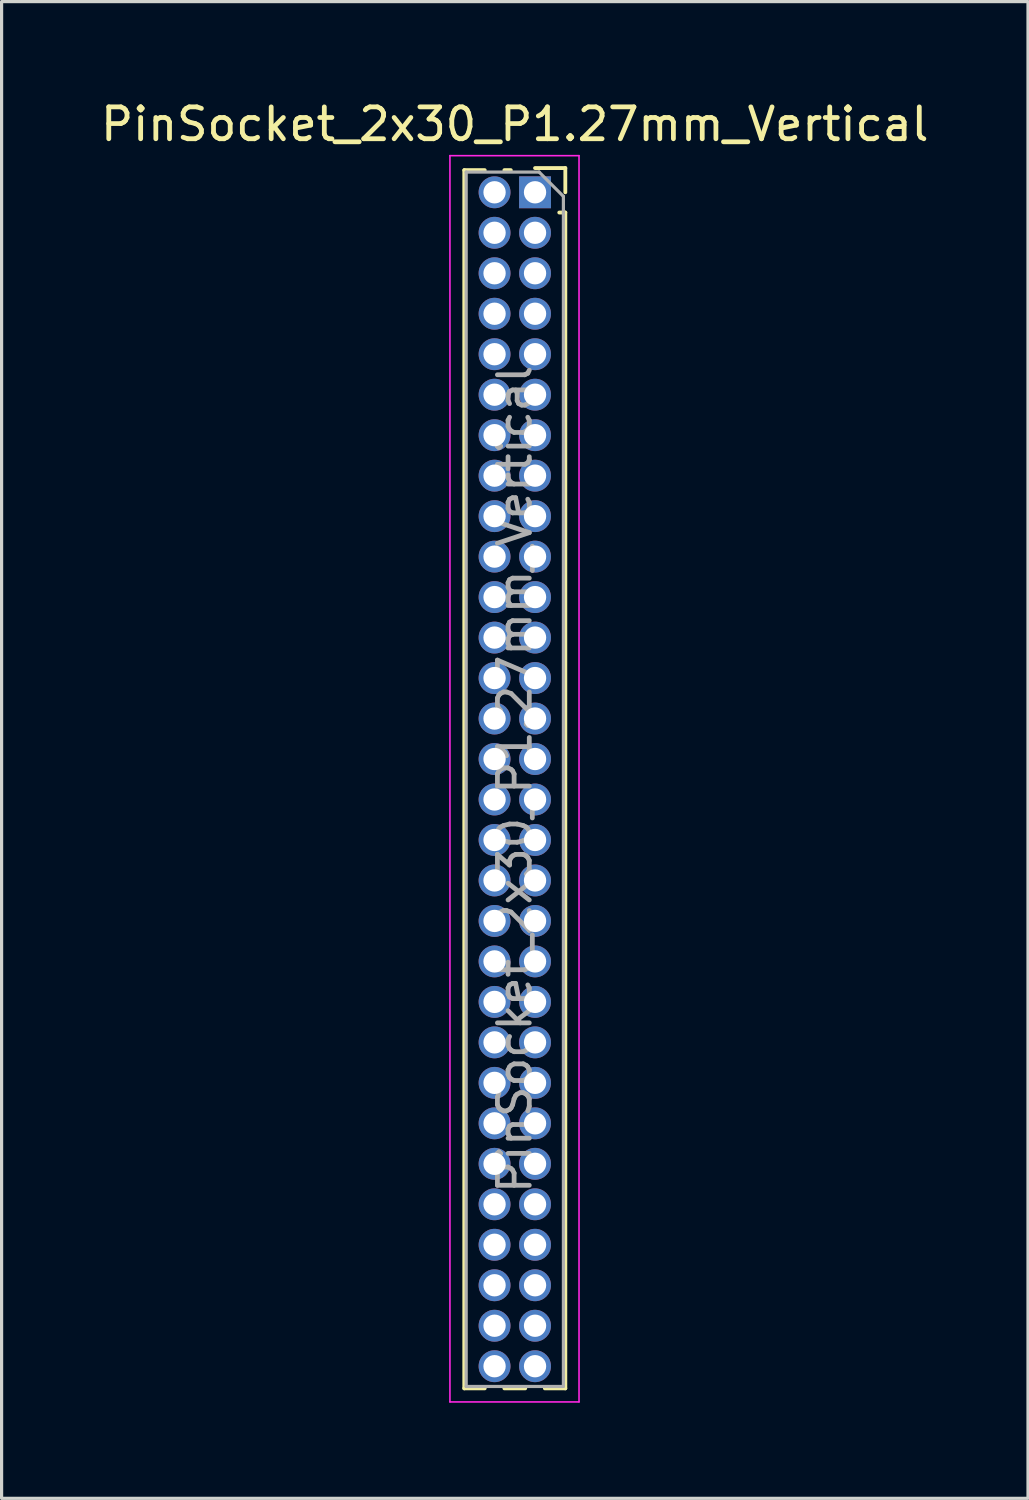
<source format=kicad_pcb>
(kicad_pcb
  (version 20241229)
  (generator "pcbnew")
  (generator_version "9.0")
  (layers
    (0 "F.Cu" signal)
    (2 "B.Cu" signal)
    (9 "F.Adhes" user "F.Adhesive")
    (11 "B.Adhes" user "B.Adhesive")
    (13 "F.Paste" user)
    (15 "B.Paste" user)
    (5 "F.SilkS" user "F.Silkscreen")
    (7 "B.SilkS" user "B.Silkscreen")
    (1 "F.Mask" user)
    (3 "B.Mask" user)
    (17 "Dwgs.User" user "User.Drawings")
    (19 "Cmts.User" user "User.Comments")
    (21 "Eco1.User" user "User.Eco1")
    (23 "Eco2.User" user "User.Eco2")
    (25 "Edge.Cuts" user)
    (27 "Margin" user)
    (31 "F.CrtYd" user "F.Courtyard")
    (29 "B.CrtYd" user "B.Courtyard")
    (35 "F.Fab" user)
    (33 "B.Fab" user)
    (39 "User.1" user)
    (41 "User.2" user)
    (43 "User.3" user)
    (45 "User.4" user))
  (footprint "PinSocket_2x30_P1.27mm_Vertical"
    (layer "F.Cu")
    (at 13.736 2.983)
    (property "Reference" "PinSocket_2x30_P1.27mm_Vertical" (at -0.635 -2.135 0) (layer "F.SilkS") (effects (font (size 1 1) (thickness 0.15))))
    (attr through_hole)
    (fp_line (start -2.22 -0.695) (end -2.22 37.525) (stroke (width 0.12) (type solid)) (layer "F.SilkS"))
    (fp_line (start -2.22 -0.695) (end -1.578 -0.695) (stroke (width 0.12) (type solid)) (layer "F.SilkS"))
    (fp_line (start -2.22 37.525) (end -1.578 37.525) (stroke (width 0.12) (type solid)) (layer "F.SilkS"))
    (fp_line (start -0.962 -0.695) (end -0.76 -0.695) (stroke (width 0.12) (type solid)) (layer "F.SilkS"))
    (fp_line (start -0.962 37.525) (end -0.308 37.525) (stroke (width 0.12) (type solid)) (layer "F.SilkS"))
    (fp_line (start 0 -0.76) (end 0.95 -0.76) (stroke (width 0.12) (type solid)) (layer "F.SilkS"))
    (fp_line (start 0.308 37.525) (end 0.95 37.525) (stroke (width 0.12) (type solid)) (layer "F.SilkS"))
    (fp_line (start 0.76 0.635) (end 0.95 0.635) (stroke (width 0.12) (type solid)) (layer "F.SilkS"))
    (fp_line (start 0.95 -0.76) (end 0.95 0) (stroke (width 0.12) (type solid)) (layer "F.SilkS"))
    (fp_line (start 0.95 0.635) (end 0.95 37.525) (stroke (width 0.12) (type solid)) (layer "F.SilkS"))
    (fp_line (start -2.67 -1.15) (end 1.38 -1.15) (stroke (width 0.05) (type solid)) (layer "F.CrtYd"))
    (fp_line (start -2.67 37.95) (end -2.67 -1.15) (stroke (width 0.05) (type solid)) (layer "F.CrtYd"))
    (fp_line (start 1.38 -1.15) (end 1.38 37.95) (stroke (width 0.05) (type solid)) (layer "F.CrtYd"))
    (fp_line (start 1.38 37.95) (end -2.67 37.95) (stroke (width 0.05) (type solid)) (layer "F.CrtYd"))
    (fp_line (start -2.16 -0.635) (end 0.128 -0.635) (stroke (width 0.1) (type solid)) (layer "F.Fab"))
    (fp_line (start -2.16 37.465) (end -2.16 -0.635) (stroke (width 0.1) (type solid)) (layer "F.Fab"))
    (fp_line (start 0.128 -0.635) (end 0.89 0.128) (stroke (width 0.1) (type solid)) (layer "F.Fab"))
    (fp_line (start 0.89 0.128) (end 0.89 37.465) (stroke (width 0.1) (type solid)) (layer "F.Fab"))
    (fp_line (start 0.89 37.465) (end -2.16 37.465) (stroke (width 0.1) (type solid)) (layer "F.Fab"))
    (fp_text user "${REFERENCE}" (at -0.635 18.415 90) (layer "F.Fab") (effects (font (size 1 1) (thickness 0.15))))
    (pad "1" thru_hole rect (at 0 0) (size 1 1) (drill 0.7) (layers "*.Cu" "*.Mask"))
    (pad "2" thru_hole circle (at -1.27 0) (size 1 1) (drill 0.7) (layers "*.Cu" "*.Mask"))
    (pad "3" thru_hole circle (at 0 1.27) (size 1 1) (drill 0.7) (layers "*.Cu" "*.Mask"))
    (pad "4" thru_hole circle (at -1.27 1.27) (size 1 1) (drill 0.7) (layers "*.Cu" "*.Mask"))
    (pad "5" thru_hole circle (at 0 2.54) (size 1 1) (drill 0.7) (layers "*.Cu" "*.Mask"))
    (pad "6" thru_hole circle (at -1.27 2.54) (size 1 1) (drill 0.7) (layers "*.Cu" "*.Mask"))
    (pad "7" thru_hole circle (at 0 3.81) (size 1 1) (drill 0.7) (layers "*.Cu" "*.Mask"))
    (pad "8" thru_hole circle (at -1.27 3.81) (size 1 1) (drill 0.7) (layers "*.Cu" "*.Mask"))
    (pad "9" thru_hole circle (at 0 5.08) (size 1 1) (drill 0.7) (layers "*.Cu" "*.Mask"))
    (pad "10" thru_hole circle (at -1.27 5.08) (size 1 1) (drill 0.7) (layers "*.Cu" "*.Mask"))
    (pad "11" thru_hole circle (at 0 6.35) (size 1 1) (drill 0.7) (layers "*.Cu" "*.Mask"))
    (pad "12" thru_hole circle (at -1.27 6.35) (size 1 1) (drill 0.7) (layers "*.Cu" "*.Mask"))
    (pad "13" thru_hole circle (at 0 7.62) (size 1 1) (drill 0.7) (layers "*.Cu" "*.Mask"))
    (pad "14" thru_hole circle (at -1.27 7.62) (size 1 1) (drill 0.7) (layers "*.Cu" "*.Mask"))
    (pad "15" thru_hole circle (at 0 8.89) (size 1 1) (drill 0.7) (layers "*.Cu" "*.Mask"))
    (pad "16" thru_hole circle (at -1.27 8.89) (size 1 1) (drill 0.7) (layers "*.Cu" "*.Mask"))
    (pad "17" thru_hole circle (at 0 10.16) (size 1 1) (drill 0.7) (layers "*.Cu" "*.Mask"))
    (pad "18" thru_hole circle (at -1.27 10.16) (size 1 1) (drill 0.7) (layers "*.Cu" "*.Mask"))
    (pad "19" thru_hole circle (at 0 11.43) (size 1 1) (drill 0.7) (layers "*.Cu" "*.Mask"))
    (pad "20" thru_hole circle (at -1.27 11.43) (size 1 1) (drill 0.7) (layers "*.Cu" "*.Mask"))
    (pad "21" thru_hole circle (at 0 12.7) (size 1 1) (drill 0.7) (layers "*.Cu" "*.Mask"))
    (pad "22" thru_hole circle (at -1.27 12.7) (size 1 1) (drill 0.7) (layers "*.Cu" "*.Mask"))
    (pad "23" thru_hole circle (at 0 13.97) (size 1 1) (drill 0.7) (layers "*.Cu" "*.Mask"))
    (pad "24" thru_hole circle (at -1.27 13.97) (size 1 1) (drill 0.7) (layers "*.Cu" "*.Mask"))
    (pad "25" thru_hole circle (at 0 15.24) (size 1 1) (drill 0.7) (layers "*.Cu" "*.Mask"))
    (pad "26" thru_hole circle (at -1.27 15.24) (size 1 1) (drill 0.7) (layers "*.Cu" "*.Mask"))
    (pad "27" thru_hole circle (at 0 16.51) (size 1 1) (drill 0.7) (layers "*.Cu" "*.Mask"))
    (pad "28" thru_hole circle (at -1.27 16.51) (size 1 1) (drill 0.7) (layers "*.Cu" "*.Mask"))
    (pad "29" thru_hole circle (at 0 17.78) (size 1 1) (drill 0.7) (layers "*.Cu" "*.Mask"))
    (pad "30" thru_hole circle (at -1.27 17.78) (size 1 1) (drill 0.7) (layers "*.Cu" "*.Mask"))
    (pad "31" thru_hole circle (at 0 19.05) (size 1 1) (drill 0.7) (layers "*.Cu" "*.Mask"))
    (pad "32" thru_hole circle (at -1.27 19.05) (size 1 1) (drill 0.7) (layers "*.Cu" "*.Mask"))
    (pad "33" thru_hole circle (at 0 20.32) (size 1 1) (drill 0.7) (layers "*.Cu" "*.Mask"))
    (pad "34" thru_hole circle (at -1.27 20.32) (size 1 1) (drill 0.7) (layers "*.Cu" "*.Mask"))
    (pad "35" thru_hole circle (at 0 21.59) (size 1 1) (drill 0.7) (layers "*.Cu" "*.Mask"))
    (pad "36" thru_hole circle (at -1.27 21.59) (size 1 1) (drill 0.7) (layers "*.Cu" "*.Mask"))
    (pad "37" thru_hole circle (at 0 22.86) (size 1 1) (drill 0.7) (layers "*.Cu" "*.Mask"))
    (pad "38" thru_hole circle (at -1.27 22.86) (size 1 1) (drill 0.7) (layers "*.Cu" "*.Mask"))
    (pad "39" thru_hole circle (at 0 24.13) (size 1 1) (drill 0.7) (layers "*.Cu" "*.Mask"))
    (pad "40" thru_hole circle (at -1.27 24.13) (size 1 1) (drill 0.7) (layers "*.Cu" "*.Mask"))
    (pad "41" thru_hole circle (at 0 25.4) (size 1 1) (drill 0.7) (layers "*.Cu" "*.Mask"))
    (pad "42" thru_hole circle (at -1.27 25.4) (size 1 1) (drill 0.7) (layers "*.Cu" "*.Mask"))
    (pad "43" thru_hole circle (at 0 26.67) (size 1 1) (drill 0.7) (layers "*.Cu" "*.Mask"))
    (pad "44" thru_hole circle (at -1.27 26.67) (size 1 1) (drill 0.7) (layers "*.Cu" "*.Mask"))
    (pad "45" thru_hole circle (at 0 27.94) (size 1 1) (drill 0.7) (layers "*.Cu" "*.Mask"))
    (pad "46" thru_hole circle (at -1.27 27.94) (size 1 1) (drill 0.7) (layers "*.Cu" "*.Mask"))
    (pad "47" thru_hole circle (at 0 29.21) (size 1 1) (drill 0.7) (layers "*.Cu" "*.Mask"))
    (pad "48" thru_hole circle (at -1.27 29.21) (size 1 1) (drill 0.7) (layers "*.Cu" "*.Mask"))
    (pad "49" thru_hole circle (at 0 30.48) (size 1 1) (drill 0.7) (layers "*.Cu" "*.Mask"))
    (pad "50" thru_hole circle (at -1.27 30.48) (size 1 1) (drill 0.7) (layers "*.Cu" "*.Mask"))
    (pad "51" thru_hole circle (at 0 31.75) (size 1 1) (drill 0.7) (layers "*.Cu" "*.Mask"))
    (pad "52" thru_hole circle (at -1.27 31.75) (size 1 1) (drill 0.7) (layers "*.Cu" "*.Mask"))
    (pad "53" thru_hole circle (at 0 33.02) (size 1 1) (drill 0.7) (layers "*.Cu" "*.Mask"))
    (pad "54" thru_hole circle (at -1.27 33.02) (size 1 1) (drill 0.7) (layers "*.Cu" "*.Mask"))
    (pad "55" thru_hole circle (at 0 34.29) (size 1 1) (drill 0.7) (layers "*.Cu" "*.Mask"))
    (pad "56" thru_hole circle (at -1.27 34.29) (size 1 1) (drill 0.7) (layers "*.Cu" "*.Mask"))
    (pad "57" thru_hole circle (at 0 35.56) (size 1 1) (drill 0.7) (layers "*.Cu" "*.Mask"))
    (pad "58" thru_hole circle (at -1.27 35.56) (size 1 1) (drill 0.7) (layers "*.Cu" "*.Mask"))
    (pad "59" thru_hole circle (at 0 36.83) (size 1 1) (drill 0.7) (layers "*.Cu" "*.Mask"))
    (pad "60" thru_hole circle (at -1.27 36.83) (size 1 1) (drill 0.7) (layers "*.Cu" "*.Mask")))
  (gr_rect
    (start -3 -3)
    (end 29.202 43.958)
    (stroke (width 0.1) (type default))
    (fill no)
    (layer "Edge.Cuts")))
</source>
